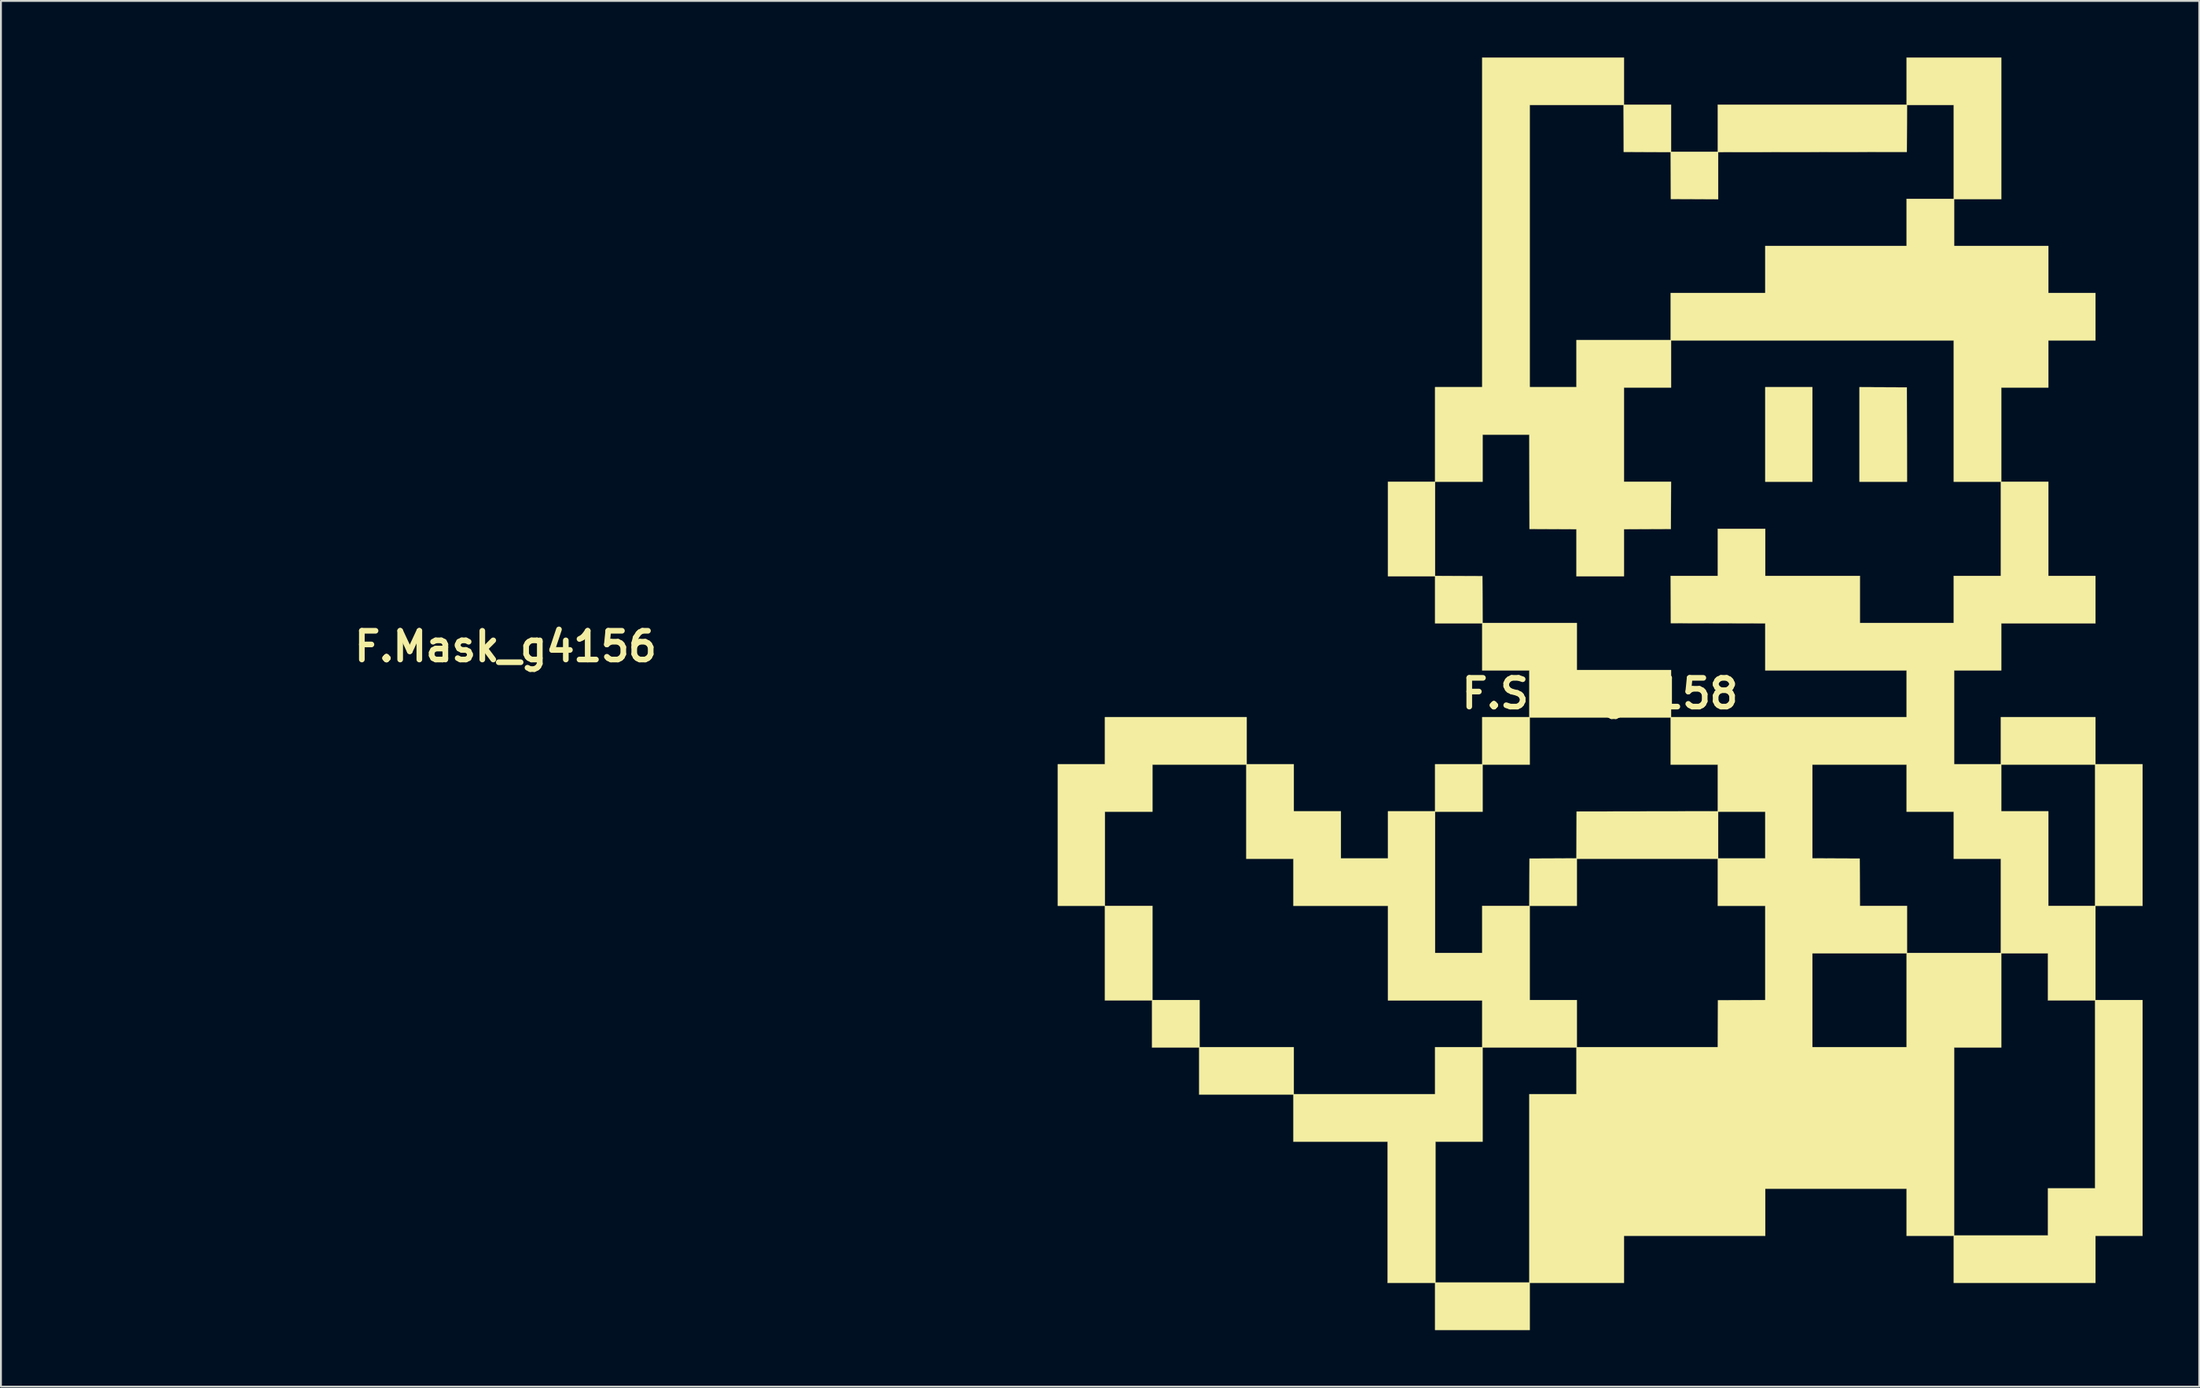
<source format=kicad_pcb>
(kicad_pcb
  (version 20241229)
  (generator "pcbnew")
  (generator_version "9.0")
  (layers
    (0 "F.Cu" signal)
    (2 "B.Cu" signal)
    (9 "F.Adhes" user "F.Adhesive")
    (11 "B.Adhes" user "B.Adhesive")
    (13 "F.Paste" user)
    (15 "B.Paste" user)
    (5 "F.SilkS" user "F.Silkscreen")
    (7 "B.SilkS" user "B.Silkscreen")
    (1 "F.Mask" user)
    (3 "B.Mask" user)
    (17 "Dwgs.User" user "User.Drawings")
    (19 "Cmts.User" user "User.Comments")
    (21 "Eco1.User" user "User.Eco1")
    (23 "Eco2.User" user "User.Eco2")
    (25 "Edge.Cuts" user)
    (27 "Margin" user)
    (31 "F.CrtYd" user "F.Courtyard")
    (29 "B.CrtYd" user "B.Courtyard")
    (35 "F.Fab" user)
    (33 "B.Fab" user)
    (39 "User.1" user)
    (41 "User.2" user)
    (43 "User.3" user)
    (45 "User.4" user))
  (footprint "F.Mask_g4156"
    (layer "F.Cu")
    (at 23.754 31.247)
    (property "Reference" "F.Mask_g4156" (at 0 0 0) (layer "F.SilkS") (effects (font (size 1.524 1.524) (thickness 0.3))))
    (attr through_hole)
    (fp_poly (pts (xy -4.995 10.012) (xy -7.493 10.012) (xy -7.493 7.514) (xy -4.995 7.514) (xy -4.995 10.012)) (stroke (width 0.01) (type solid)) (fill yes) (layer "F.Mask"))
    (fp_poly (pts (xy -4.974 30.014) (xy -7.493 30.014) (xy -7.493 24.998) (xy -4.974 24.998) (xy -4.974 30.014)) (stroke (width 0.01) (type solid)) (fill yes) (layer "F.Mask"))
    (fp_poly (pts (xy -2.498 7.514) (xy -4.995 7.514) (xy -4.995 5.016) (xy -2.498 5.016) (xy -2.498 7.514)) (stroke (width 0.01) (type solid)) (fill yes) (layer "F.Mask"))
    (fp_poly (pts (xy 2.498 5.016) (xy -2.477 5.016) (xy -2.477 2.519) (xy 2.498 2.519) (xy 2.498 5.016)) (stroke (width 0.01) (type solid)) (fill yes) (layer "F.Mask"))
    (fp_poly (pts (xy 15.007 7.514) (xy 12.509 7.514) (xy 12.509 5.016) (xy 15.007 5.016) (xy 15.007 7.514)) (stroke (width 0.01) (type solid)) (fill yes) (layer "F.Mask"))
    (fp_poly (pts (xy 16.256 18.754) (xy 11.261 18.754) (xy 11.261 13.758) (xy 16.256 13.758) (xy 16.256 18.754)) (stroke (width 0.01) (type solid)) (fill yes) (layer "F.Mask"))
    (fp_poly (pts (xy 23.77 16.277) (xy 21.251 16.277) (xy 21.251 13.758) (xy 23.77 13.758) (xy 23.77 16.277)) (stroke (width 0.01) (type solid)) (fill yes) (layer "F.Mask"))
    (fp_poly (pts (xy 26.268 11.261) (xy 23.749 11.261) (xy 23.749 6.265) (xy 21.251 6.265) (xy 21.251 3.747) (xy 26.268 3.747) (xy 26.268 11.261)) (stroke (width 0.01) (type solid)) (fill yes) (layer "F.Mask"))
    (fp_poly (pts (xy 25.019 25.019) (xy 22.521 25.019) (xy 22.521 27.517) (xy 20.003 27.517) (xy 20.003 20.003) (xy 22.5 20.003) (xy 22.5 17.505) (xy 25.019 17.505) (xy 25.019 25.019)) (stroke (width 0.01) (type solid)) (fill yes) (layer "F.Mask"))
    (fp_poly (pts (xy 17.526 8.747) (xy 17.526 9.991) (xy 20.024 9.991) (xy 20.024 12.531) (xy 17.505 12.531) (xy 17.505 10.012) (xy 15.007 10.012) (xy 15.007 7.518) (xy 17.526 7.504) (xy 17.526 8.747)) (stroke (width 0.01) (type solid)) (fill yes) (layer "F.Mask"))
    (fp_poly (pts (xy 1.249 -28.745) (xy 2.503 -28.739) (xy 3.757 -28.734) (xy 3.768 -23.749) (xy 1.259 -23.738) (xy 1.254 -22.495) (xy 1.248 -21.251) (xy -3.747 -21.251) (xy -3.747 -31.242) (xy 1.249 -31.242) (xy 1.249 -28.745)) (stroke (width 0.01) (type solid)) (fill yes) (layer "F.Mask"))
    (fp_poly (pts (xy 6.265 11.261) (xy 8.763 11.261) (xy 8.763 16.256) (xy 6.265 16.256) (xy 6.265 18.754) (xy -1.227 18.754) (xy -1.233 17.51) (xy -1.238 16.267) (xy -3.747 16.256) (xy -3.747 11.261) (xy -1.228 11.261) (xy -1.228 8.763) (xy 6.265 8.763) (xy 6.265 11.261)) (stroke (width 0.01) (type solid)) (fill yes) (layer "F.Mask"))
    (fp_poly (pts (xy 18.775 -26.226) (xy 18.029 -26.23) (xy 17.825 -26.232) (xy 17.608 -26.233) (xy 17.389 -26.235) (xy 17.177 -26.237) (xy 16.984 -26.239) (xy 16.818 -26.241) (xy 16.769 -26.241) (xy 16.256 -26.247) (xy 16.261 -28.739) (xy 16.267 -31.231) (xy 18.775 -31.242) (xy 18.775 -26.226)) (stroke (width 0.01) (type solid)) (fill yes) (layer "F.Mask"))
    (fp_poly (pts (xy -18.754 8.763) (xy -16.256 8.763) (xy -16.256 11.261) (xy -18.754 11.261) (xy -18.754 13.758) (xy -21.251 13.758) (xy -21.251 16.256) (xy -23.749 16.256) (xy -23.749 8.763) (xy -22.495 8.758) (xy -21.241 8.752) (xy -21.235 7.509) (xy -21.23 6.265) (xy -18.754 6.265) (xy -18.754 8.763)) (stroke (width 0.01) (type solid)) (fill yes) (layer "F.Mask"))
    (fp_poly (pts (xy -11.239 16.256) (xy -6.244 16.256) (xy -6.244 18.754) (xy -8.749 18.754) (xy -8.733 20.013) (xy -8.718 21.273) (xy -16.263 21.273) (xy -16.249 20.507) (xy -16.247 20.361) (xy -16.244 20.177) (xy -16.242 19.962) (xy -16.241 19.72) (xy -16.239 19.457) (xy -16.238 19.177) (xy -16.236 18.887) (xy -16.236 18.591) (xy -16.235 18.295) (xy -16.235 18.003) (xy -16.235 17.999) (xy -16.235 16.256) (xy -13.737 16.256) (xy -13.737 13.758) (xy -11.239 13.758) (xy -11.239 16.256)) (stroke (width 0.01) (type solid)) (fill yes) (layer "F.Mask"))
    (fp_poly (pts (xy 18.775 -11.261) (xy 21.262 -11.25) (xy 21.267 -8.737) (xy 21.273 -6.223) (xy 18.775 -6.223) (xy 18.775 -3.718) (xy 17.648 -3.732) (xy 17.409 -3.735) (xy 17.137 -3.738) (xy 16.839 -3.74) (xy 16.525 -3.742) (xy 16.203 -3.744) (xy 15.881 -3.745) (xy 15.569 -3.746) (xy 15.275 -3.746) (xy 15.139 -3.746) (xy 13.758 -3.747) (xy 13.758 -6.244) (xy 8.763 -6.244) (xy 8.763 -8.742) (xy 6.265 -8.742) (xy 6.265 -6.244) (xy 3.768 -6.244) (xy 3.768 -3.747) (xy 8.752 -3.736) (xy 8.758 -2.482) (xy 8.763 -1.228) (xy 16.256 -1.228) (xy 16.256 1.249) (xy 3.768 1.249) (xy 3.768 -1.249) (xy -1.227 -1.249) (xy -1.233 -2.492) (xy -1.238 -3.736) (xy -3.741 -3.741) (xy -6.244 -3.747) (xy -6.244 -6.244) (xy -8.742 -6.244) (xy -8.742 -11.239) (xy -6.244 -11.239) (xy -6.244 -13.737) (xy -3.747 -13.737) (xy -3.747 -8.742) (xy -1.249 -8.742) (xy -1.249 -6.244) (xy 1.27 -6.244) (xy 1.27 -8.742) (xy 3.768 -8.742) (xy 3.768 -11.239) (xy 1.27 -11.239) (xy 1.27 -16.235) (xy 3.768 -16.235) (xy 8.763 -16.235) (xy 8.763 -11.239) (xy 11.261 -11.239) (xy 11.261 -16.235) (xy 13.758 -16.235) (xy 13.758 -11.239) (xy 16.256 -11.239) (xy 16.256 -16.235) (xy 13.758 -16.235) (xy 11.261 -16.235) (xy 8.763 -16.235) (xy 3.768 -16.235) (xy 3.768 -18.733) (xy 10.144 -18.733) (xy 10.675 -18.733) (xy 11.202 -18.733) (xy 11.723 -18.733) (xy 12.235 -18.733) (xy 12.738 -18.734) (xy 13.228 -18.734) (xy 13.704 -18.735) (xy 14.164 -18.735) (xy 14.606 -18.736) (xy 15.027 -18.737) (xy 15.425 -18.738) (xy 15.8 -18.738) (xy 16.147 -18.739) (xy 16.467 -18.74) (xy 16.755 -18.741) (xy 17.011 -18.742) (xy 17.233 -18.743) (xy 17.417 -18.745) (xy 17.563 -18.746) (xy 17.648 -18.747) (xy 18.775 -18.761) (xy 18.775 -11.261)) (stroke (width 0.01) (type solid)) (fill yes) (layer "F.Mask")))
  (footprint "F.Silk_g4158"
    (layer "F.Cu")
    (at 81.776 33.745)
    (property "Reference" "F.Silk_g4158" (at 0 0 0) (layer "F.SilkS") (effects (font (size 1.524 1.524) (thickness 0.3))))
    (attr through_hole)
    (fp_poly (pts (xy 11.261 -11.239) (xy 8.763 -11.239) (xy 8.763 -16.256) (xy 11.261 -16.256) (xy 11.261 -11.239)) (stroke (width 0.01) (type solid)) (fill yes) (layer "F.SilkS"))
    (fp_poly (pts (xy 16.267 -16.245) (xy 16.272 -13.742) (xy 16.277 -11.239) (xy 13.758 -11.239) (xy 13.758 -16.256) (xy 16.267 -16.245)) (stroke (width 0.01) (type solid)) (fill yes) (layer "F.SilkS"))
    (fp_poly (pts (xy 1.27 -31.242) (xy 3.768 -31.242) (xy 3.768 -28.744) (xy 6.244 -28.744) (xy 6.244 -31.242) (xy 16.256 -31.242) (xy 16.256 -33.74) (xy 21.273 -33.74) (xy 21.273 -26.226) (xy 18.775 -26.226) (xy 18.775 -23.749) (xy 23.77 -23.749) (xy 23.77 -21.251) (xy 26.268 -21.251) (xy 26.268 -18.733) (xy 23.77 -18.733) (xy 23.77 -16.235) (xy 21.273 -16.235) (xy 21.273 -11.239) (xy 23.77 -11.239) (xy 23.77 -6.244) (xy 26.268 -6.244) (xy 26.268 -3.725) (xy 21.273 -3.725) (xy 21.273 -1.228) (xy 18.775 -1.228) (xy 18.775 3.747) (xy 21.251 3.747) (xy 21.251 1.249) (xy 26.268 1.249) (xy 26.268 3.747) (xy 28.765 3.747) (xy 28.765 11.261) (xy 26.268 11.261) (xy 26.268 16.256) (xy 28.765 16.256) (xy 28.765 28.765) (xy 26.268 28.765) (xy 26.268 31.263) (xy 18.754 31.263) (xy 18.754 28.765) (xy 16.256 28.765) (xy 16.256 26.268) (xy 8.763 26.268) (xy 8.763 28.765) (xy 1.27 28.765) (xy 1.27 31.263) (xy -3.725 31.263) (xy -3.725 33.761) (xy -8.742 33.761) (xy -8.742 31.263) (xy -11.261 31.263) (xy -11.261 23.77) (xy -8.721 23.77) (xy -8.721 31.242) (xy -3.747 31.242) (xy -3.747 21.251) (xy -1.249 21.251) (xy -1.249 18.775) (xy 18.775 18.775) (xy 18.775 28.744) (xy 23.749 28.744) (xy 23.749 26.247) (xy 26.247 26.247) (xy 26.247 16.277) (xy 23.749 16.277) (xy 23.749 13.78) (xy 21.273 13.78) (xy 21.273 18.775) (xy 18.775 18.775) (xy -1.249 18.775) (xy -6.223 18.775) (xy -6.223 23.77) (xy -8.721 23.77) (xy -11.261 23.77) (xy -16.256 23.77) (xy -16.256 21.273) (xy -21.251 21.273) (xy -21.251 18.775) (xy -23.749 18.775) (xy -23.749 16.277) (xy -26.247 16.277) (xy -26.247 11.261) (xy -28.744 11.261) (xy -28.744 6.265) (xy -26.247 6.265) (xy -26.247 11.261) (xy -23.728 11.261) (xy -23.728 16.256) (xy -21.23 16.256) (xy -21.23 18.754) (xy -16.235 18.754) (xy -16.235 21.251) (xy -8.742 21.251) (xy -8.742 18.754) (xy -6.244 18.754) (xy -6.244 16.277) (xy -11.239 16.277) (xy -11.239 11.261) (xy -16.256 11.261) (xy -16.256 8.763) (xy -18.754 8.763) (xy -18.754 3.768) (xy -23.728 3.768) (xy -23.728 6.265) (xy -26.247 6.265) (xy -28.744 6.265) (xy -28.744 3.747) (xy -26.247 3.747) (xy -26.247 1.249) (xy -18.733 1.249) (xy -18.733 3.747) (xy -16.235 3.747) (xy -16.235 6.244) (xy -13.737 6.244) (xy -13.737 8.742) (xy -11.239 8.742) (xy -11.239 6.265) (xy -8.742 6.265) (xy -8.742 13.758) (xy -6.244 13.758) (xy -6.244 11.261) (xy -3.747 11.261) (xy -3.725 11.261) (xy -3.725 16.256) (xy -1.228 16.256) (xy -1.228 18.754) (xy 6.244 18.754) (xy 6.249 17.51) (xy 6.255 16.267) (xy 8.763 16.256) (xy 8.763 13.78) (xy 11.261 13.78) (xy 11.261 18.754) (xy 16.256 18.754) (xy 16.256 13.78) (xy 11.261 13.78) (xy 8.763 13.78) (xy 8.763 11.261) (xy 6.244 11.261) (xy 6.244 8.763) (xy -1.228 8.763) (xy -1.228 11.261) (xy -3.725 11.261) (xy -3.747 11.261) (xy -3.741 10.007) (xy -3.736 8.752) (xy -2.493 8.747) (xy -1.249 8.741) (xy -1.244 7.498) (xy -1.238 6.265) (xy 6.265 6.265) (xy 6.265 8.742) (xy 8.763 8.742) (xy 8.763 6.265) (xy 6.265 6.265) (xy -1.238 6.265) (xy -1.238 6.255) (xy 2.503 6.249) (xy 6.244 6.244) (xy 6.244 3.768) (xy 11.261 3.768) (xy 11.261 8.741) (xy 12.515 8.747) (xy 13.769 8.752) (xy 13.774 10.007) (xy 13.78 11.261) (xy 16.277 11.261) (xy 16.277 13.758) (xy 21.251 13.758) (xy 21.251 8.763) (xy 18.754 8.763) (xy 18.754 6.265) (xy 16.256 6.265) (xy 16.256 3.768) (xy 21.273 3.768) (xy 21.273 6.244) (xy 23.77 6.244) (xy 23.77 11.261) (xy 26.247 11.261) (xy 26.247 3.768) (xy 21.273 3.768) (xy 16.256 3.768) (xy 11.261 3.768) (xy 6.244 3.768) (xy 3.747 3.768) (xy 3.747 1.27) (xy -3.725 1.27) (xy -3.725 3.768) (xy -6.223 3.768) (xy -6.223 6.265) (xy -8.742 6.265) (xy -11.239 6.265) (xy -11.239 6.244) (xy -8.742 6.244) (xy -8.742 3.747) (xy -6.244 3.747) (xy -6.244 1.249) (xy -3.747 1.249) (xy -3.747 -1.228) (xy -6.244 -1.228) (xy -6.244 -3.725) (xy -8.742 -3.725) (xy -8.742 -6.223) (xy -11.239 -6.223) (xy -11.239 -11.239) (xy -8.742 -11.239) (xy -8.742 -6.245) (xy -7.488 -6.239) (xy -6.234 -6.234) (xy -6.228 -4.99) (xy -6.223 -3.747) (xy -1.228 -3.747) (xy -1.228 -1.249) (xy 3.768 -1.249) (xy 3.768 1.249) (xy 16.256 1.249) (xy 16.256 -1.228) (xy 8.763 -1.228) (xy 8.763 -3.725) (xy 6.26 -3.731) (xy 3.757 -3.736) (xy 3.752 -4.99) (xy 3.746 -6.244) (xy 6.244 -6.244) (xy 6.244 -8.742) (xy 8.763 -8.742) (xy 8.763 -6.244) (xy 13.78 -6.244) (xy 13.78 -3.747) (xy 18.754 -3.747) (xy 18.754 -6.244) (xy 21.251 -6.244) (xy 21.251 -11.239) (xy 18.754 -11.239) (xy 18.754 -18.733) (xy 3.768 -18.733) (xy 3.768 -16.235) (xy 1.27 -16.235) (xy 1.27 -11.239) (xy 3.768 -11.239) (xy 3.763 -9.985) (xy 3.757 -8.731) (xy 2.514 -8.726) (xy 1.27 -8.72) (xy 1.27 -6.223) (xy -1.249 -6.223) (xy -1.249 -8.72) (xy -3.736 -8.731) (xy -3.741 -11.234) (xy -3.747 -13.737) (xy -6.223 -13.737) (xy -6.223 -11.239) (xy -8.742 -11.239) (xy -8.742 -16.256) (xy -6.244 -16.256) (xy -6.244 -31.221) (xy -3.725 -31.221) (xy -3.725 -16.256) (xy -1.249 -16.256) (xy -1.249 -18.754) (xy 3.747 -18.754) (xy 3.747 -21.251) (xy 8.763 -21.251) (xy 8.763 -23.749) (xy 16.256 -23.749) (xy 16.256 -26.247) (xy 18.754 -26.247) (xy 18.754 -31.221) (xy 16.278 -31.221) (xy 16.272 -29.977) (xy 16.267 -28.734) (xy 6.265 -28.723) (xy 6.265 -26.225) (xy 5.011 -26.231) (xy 3.757 -26.236) (xy 3.752 -27.479) (xy 3.746 -28.723) (xy 2.503 -28.728) (xy 1.259 -28.734) (xy 1.254 -29.977) (xy 1.248 -31.221) (xy -3.725 -31.221) (xy -6.244 -31.221) (xy -6.244 -33.74) (xy 1.27 -33.74) (xy 1.27 -31.242)) (stroke (width 0.01) (type solid)) (fill yes) (layer "F.SilkS")))
  (gr_rect
    (start -3 -3)
    (end 113.547 70.51)
    (stroke (width 0.1) (type default))
    (fill no)
    (layer "Edge.Cuts")))
</source>
